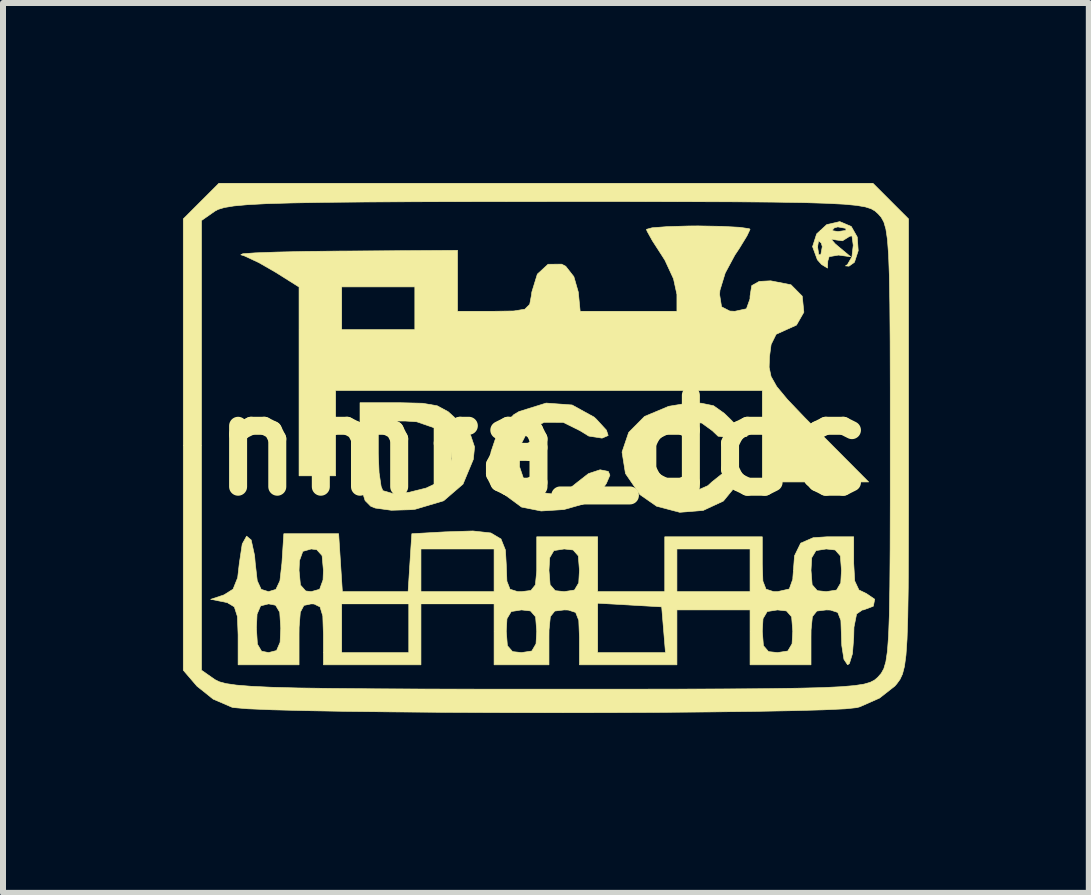
<source format=kicad_pcb>
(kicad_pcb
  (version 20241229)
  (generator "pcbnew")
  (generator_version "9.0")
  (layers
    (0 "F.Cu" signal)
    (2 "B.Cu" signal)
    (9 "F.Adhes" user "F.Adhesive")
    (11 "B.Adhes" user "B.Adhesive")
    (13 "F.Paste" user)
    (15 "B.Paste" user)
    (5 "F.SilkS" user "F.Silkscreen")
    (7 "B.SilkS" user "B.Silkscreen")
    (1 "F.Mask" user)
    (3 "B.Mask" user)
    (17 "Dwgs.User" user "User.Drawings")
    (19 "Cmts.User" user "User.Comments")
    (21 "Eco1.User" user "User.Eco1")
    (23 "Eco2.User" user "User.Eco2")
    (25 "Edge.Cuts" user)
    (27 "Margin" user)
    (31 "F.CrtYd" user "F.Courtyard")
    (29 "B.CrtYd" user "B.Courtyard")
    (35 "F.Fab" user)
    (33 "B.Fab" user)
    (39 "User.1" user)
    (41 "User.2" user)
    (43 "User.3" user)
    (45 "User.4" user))
  (footprint "nmra_dcc"
    (layer "F.Cu")
    (at 5.999 4.374)
    (property "Reference" "nmra_dcc" (at 0 0 0) (layer "F.SilkS") (effects (font (size 1.524 1.524) (thickness 0.3))))
    (attr through_hole)
    (fp_poly (pts (xy 2.845 -0.661) (xy 3.025 -0.533) (xy 3.117 -0.444) (xy 3.404 -0.152) (xy 3.159 -0.118) (xy 2.921 -0.153) (xy 2.824 -0.245) (xy 2.649 -0.372) (xy 2.372 -0.4) (xy 2.071 -0.324) (xy 2.025 -0.301) (xy 1.892 -0.131) (xy 1.828 0.147) (xy 1.84 0.443) (xy 1.934 0.672) (xy 1.951 0.691) (xy 2.185 0.8) (xy 2.484 0.79) (xy 2.751 0.672) (xy 2.818 0.61) (xy 3.014 0.454) (xy 3.17 0.406) (xy 3.288 0.435) (xy 3.277 0.557) (xy 3.238 0.649) (xy 3.01 0.928) (xy 2.672 1.085) (xy 2.282 1.116) (xy 1.897 1.015) (xy 1.618 0.821) (xy 1.377 0.469) (xy 1.32 0.112) (xy 1.431 -0.216) (xy 1.695 -0.482) (xy 2.097 -0.651) (xy 2.31 -0.686) (xy 2.635 -0.704) (xy 2.845 -0.661)) (stroke (width 0.01) (type solid)) (fill yes) (layer "F.SilkS"))
    (fp_poly (pts (xy -2.005 -0.702) (xy -1.761 -0.66) (xy -1.579 -0.562) (xy -1.403 -0.402) (xy -1.205 -0.172) (xy -1.138 0.027) (xy -1.159 0.233) (xy -1.331 0.646) (xy -1.654 0.924) (xy -2.128 1.065) (xy -2.189 1.072) (xy -2.525 1.082) (xy -2.794 1.045) (xy -2.87 1.014) (xy -2.963 0.92) (xy -3.017 0.749) (xy -3.043 0.456) (xy -3.048 0.097) (xy -3.048 -0.406) (xy -2.743 -0.406) (xy -2.743 0.135) (xy -2.73 0.454) (xy -2.696 0.685) (xy -2.667 0.755) (xy -2.501 0.803) (xy -2.232 0.783) (xy -1.944 0.711) (xy -1.717 0.604) (xy -1.655 0.546) (xy -1.514 0.227) (xy -1.556 -0.057) (xy -1.759 -0.274) (xy -2.102 -0.393) (xy -2.293 -0.406) (xy -2.743 -0.406) (xy -3.048 -0.406) (xy -3.048 -0.711) (xy -2.38 -0.711) (xy -2.005 -0.702)) (stroke (width 0.01) (type solid)) (fill yes) (layer "F.SilkS"))
    (fp_poly (pts (xy 0.488 -0.673) (xy 0.855 -0.471) (xy 0.894 -0.434) (xy 1.06 -0.253) (xy 1.089 -0.164) (xy 0.991 -0.122) (xy 0.983 -0.121) (xy 0.765 -0.155) (xy 0.619 -0.245) (xy 0.34 -0.383) (xy 0.021 -0.384) (xy -0.245 -0.249) (xy -0.247 -0.247) (xy -0.382 0.017) (xy -0.389 0.355) (xy -0.301 0.616) (xy -0.117 0.772) (xy 0.153 0.81) (xy 0.43 0.731) (xy 0.582 0.61) (xy 0.76 0.471) (xy 0.954 0.407) (xy 1.091 0.434) (xy 1.118 0.497) (xy 1.059 0.635) (xy 0.936 0.812) (xy 0.701 0.971) (xy 0.351 1.07) (xy -0.028 1.094) (xy -0.354 1.029) (xy -0.359 1.026) (xy -0.67 0.797) (xy -0.84 0.475) (xy -0.866 0.114) (xy -0.749 -0.233) (xy -0.486 -0.511) (xy -0.397 -0.564) (xy 0.055 -0.705) (xy 0.488 -0.673)) (stroke (width 0.01) (type solid)) (fill yes) (layer "F.SilkS"))
    (fp_poly (pts (xy 5.141 -3.649) (xy 5.241 -3.473) (xy 5.257 -3.245) (xy 5.194 -3.052) (xy 5.103 -2.987) (xy 5.044 -2.992) (xy 5.077 -3.013) (xy 5.152 -3.142) (xy 5.174 -3.336) (xy 5.153 -3.492) (xy 5.116 -3.486) (xy 4.995 -3.41) (xy 4.896 -3.423) (xy 4.804 -3.439) (xy 4.873 -3.36) (xy 4.928 -3.313) (xy 5.131 -3.144) (xy 4.928 -3.172) (xy 4.772 -3.145) (xy 4.75 -3.073) (xy 4.745 -2.955) (xy 4.645 -3.016) (xy 4.576 -3.094) (xy 4.497 -3.31) (xy 4.58 -3.31) (xy 4.599 -3.179) (xy 4.633 -3.177) (xy 4.658 -3.313) (xy 4.641 -3.372) (xy 4.596 -3.41) (xy 4.58 -3.31) (xy 4.497 -3.31) (xy 4.496 -3.313) (xy 4.564 -3.525) (xy 4.624 -3.58) (xy 4.819 -3.58) (xy 4.919 -3.564) (xy 5.051 -3.583) (xy 5.052 -3.617) (xy 4.917 -3.642) (xy 4.858 -3.625) (xy 4.819 -3.58) (xy 4.624 -3.58) (xy 4.732 -3.68) (xy 4.95 -3.73) (xy 5.141 -3.649)) (stroke (width 0.01) (type solid)) (fill yes) (layer "F.SilkS"))
    (fp_poly (pts (xy 2.981 -3.651) (xy 3.28 -3.635) (xy 3.44 -3.612) (xy 3.454 -3.601) (xy 3.402 -3.491) (xy 3.271 -3.277) (xy 3.2 -3.171) (xy 3.04 -2.873) (xy 2.952 -2.586) (xy 2.946 -2.516) (xy 2.979 -2.31) (xy 3.116 -2.239) (xy 3.2 -2.235) (xy 3.394 -2.277) (xy 3.453 -2.442) (xy 3.454 -2.489) (xy 3.482 -2.663) (xy 3.606 -2.733) (xy 3.798 -2.743) (xy 4.136 -2.677) (xy 4.324 -2.487) (xy 4.351 -2.22) (xy 4.228 -2.005) (xy 4.064 -1.931) (xy 3.889 -1.852) (xy 3.805 -1.682) (xy 3.778 -1.478) (xy 3.772 -1.302) (xy 3.804 -1.148) (xy 3.898 -0.981) (xy 4.077 -0.765) (xy 4.364 -0.464) (xy 4.588 -0.238) (xy 5.431 0.61) (xy 3.658 0.61) (xy 3.658 -0.914) (xy -3.454 -0.914) (xy -3.454 0.508) (xy -4.064 0.508) (xy -4.064 -2.639) (xy -4.068 -2.642) (xy -3.353 -2.642) (xy -3.353 -1.93) (xy -2.134 -1.93) (xy -2.134 -2.642) (xy -3.353 -2.642) (xy -4.068 -2.642) (xy -4.451 -2.883) (xy -4.734 -3.046) (xy -4.977 -3.159) (xy -5.035 -3.177) (xy -5.002 -3.194) (xy -4.793 -3.209) (xy -4.435 -3.222) (xy -3.956 -3.233) (xy -3.382 -3.239) (xy -3.327 -3.239) (xy -1.422 -3.251) (xy -1.422 -2.235) (xy -0.819 -2.235) (xy -0.484 -2.24) (xy -0.3 -2.27) (xy -0.219 -2.351) (xy -0.189 -2.509) (xy -0.184 -2.555) (xy -0.092 -2.854) (xy 0.087 -3.019) (xy 0.313 -3.021) (xy 0.381 -2.986) (xy 0.517 -2.812) (xy 0.591 -2.555) (xy 0.622 -2.235) (xy 2.235 -2.235) (xy 2.235 -2.516) (xy 2.178 -2.777) (xy 2.036 -3.084) (xy 1.981 -3.171) (xy 1.827 -3.409) (xy 1.737 -3.571) (xy 1.727 -3.601) (xy 1.821 -3.627) (xy 2.071 -3.646) (xy 2.432 -3.657) (xy 2.591 -3.658) (xy 2.981 -3.651)) (stroke (width 0.01) (type solid)) (fill yes) (layer "F.SilkS"))
    (fp_poly (pts (xy 5.799 -4.072) (xy 6.096 -3.775) (xy 6.096 -0.013) (xy 6.096 0.959) (xy 6.094 1.749) (xy 6.091 2.377) (xy 6.083 2.864) (xy 6.071 3.231) (xy 6.053 3.497) (xy 6.028 3.684) (xy 5.995 3.812) (xy 5.953 3.902) (xy 5.9 3.975) (xy 5.867 4.013) (xy 5.612 4.213) (xy 5.284 4.358) (xy 5.232 4.372) (xy 5.043 4.392) (xy 4.675 4.409) (xy 4.155 4.423) (xy 3.506 4.435) (xy 2.755 4.444) (xy 1.925 4.451) (xy 1.043 4.455) (xy 0.133 4.456) (xy -0.781 4.454) (xy -1.672 4.45) (xy -2.516 4.443) (xy -3.287 4.434) (xy -3.962 4.422) (xy -4.514 4.408) (xy -4.92 4.391) (xy -5.153 4.371) (xy -5.18 4.366) (xy -5.496 4.23) (xy -5.762 4.017) (xy -5.764 4.016) (xy -5.994 3.748) (xy -5.994 -3.748) (xy -5.69 -3.748) (xy -5.69 0) (xy -5.69 3.748) (xy -5.464 3.906) (xy -5.393 3.941) (xy -5.281 3.971) (xy -5.109 3.996) (xy -4.863 4.016) (xy -4.525 4.032) (xy -4.08 4.044) (xy -3.509 4.052) (xy -2.799 4.058) (xy -1.93 4.062) (xy -0.888 4.064) (xy 0.073 4.064) (xy 1.248 4.064) (xy 2.236 4.063) (xy 3.055 4.06) (xy 3.721 4.056) (xy 4.252 4.048) (xy 4.663 4.038) (xy 4.973 4.023) (xy 5.197 4.004) (xy 5.353 3.98) (xy 5.457 3.95) (xy 5.527 3.914) (xy 5.579 3.87) (xy 5.588 3.861) (xy 5.641 3.8) (xy 5.684 3.722) (xy 5.718 3.606) (xy 5.744 3.431) (xy 5.763 3.176) (xy 5.776 2.821) (xy 5.784 2.346) (xy 5.789 1.729) (xy 5.791 0.95) (xy 5.791 0) (xy 5.791 -0.96) (xy 5.789 -1.737) (xy 5.784 -2.352) (xy 5.776 -2.826) (xy 5.763 -3.179) (xy 5.744 -3.433) (xy 5.718 -3.607) (xy 5.684 -3.723) (xy 5.641 -3.801) (xy 5.588 -3.861) (xy 5.538 -3.906) (xy 5.473 -3.944) (xy 5.376 -3.975) (xy 5.232 -4) (xy 5.022 -4.02) (xy 4.731 -4.035) (xy 4.34 -4.047) (xy 3.834 -4.055) (xy 3.195 -4.06) (xy 2.407 -4.062) (xy 1.453 -4.064) (xy 0.316 -4.064) (xy 0.073 -4.064) (xy -1.118 -4.063) (xy -2.123 -4.061) (xy -2.957 -4.057) (xy -3.638 -4.051) (xy -4.181 -4.041) (xy -4.603 -4.029) (xy -4.921 -4.012) (xy -5.15 -3.991) (xy -5.308 -3.965) (xy -5.411 -3.934) (xy -5.464 -3.906) (xy -5.69 -3.748) (xy -5.994 -3.748) (xy -5.994 -3.775) (xy -5.697 -4.072) (xy -5.4 -4.369) (xy 5.502 -4.369) (xy 5.799 -4.072)) (stroke (width 0.01) (type solid)) (fill yes) (layer "F.SilkS"))
    (fp_poly (pts (xy -0.867 1.46) (xy -0.698 1.56) (xy -0.624 1.744) (xy -0.61 1.983) (xy -0.599 2.265) (xy -0.547 2.398) (xy -0.423 2.437) (xy -0.356 2.438) (xy -0.199 2.419) (xy -0.125 2.326) (xy -0.103 2.105) (xy -0.102 2.083) (xy 0.102 2.083) (xy 0.121 2.323) (xy 0.206 2.422) (xy 0.356 2.438) (xy 0.527 2.412) (xy 0.598 2.292) (xy 0.61 2.083) (xy 0.591 1.842) (xy 0.505 1.744) (xy 0.356 1.727) (xy 0.184 1.754) (xy 0.114 1.873) (xy 0.102 2.083) (xy -0.102 2.083) (xy -0.102 1.981) (xy -0.102 1.524) (xy 0.914 1.524) (xy 0.914 2.438) (xy 2.032 2.438) (xy 2.032 1.727) (xy 2.235 1.727) (xy 2.235 2.438) (xy 3.454 2.438) (xy 3.454 1.727) (xy 2.235 1.727) (xy 2.032 1.727) (xy 2.032 1.524) (xy 3.658 1.524) (xy 3.658 1.981) (xy 3.668 2.263) (xy 3.72 2.397) (xy 3.843 2.437) (xy 3.912 2.438) (xy 4.108 2.394) (xy 4.167 2.229) (xy 4.167 2.21) (xy 4.177 2.083) (xy 4.47 2.083) (xy 4.489 2.323) (xy 4.575 2.422) (xy 4.724 2.438) (xy 4.896 2.412) (xy 4.966 2.292) (xy 4.978 2.083) (xy 4.959 1.842) (xy 4.874 1.744) (xy 4.724 1.727) (xy 4.553 1.754) (xy 4.482 1.873) (xy 4.47 2.083) (xy 4.177 2.083) (xy 4.195 1.841) (xy 4.298 1.63) (xy 4.507 1.539) (xy 4.736 1.524) (xy 5.182 1.524) (xy 5.182 1.969) (xy 5.199 2.261) (xy 5.269 2.41) (xy 5.395 2.471) (xy 5.532 2.565) (xy 5.509 2.681) (xy 5.345 2.743) (xy 5.328 2.743) (xy 5.23 2.81) (xy 5.186 3.032) (xy 5.182 3.2) (xy 5.161 3.473) (xy 5.11 3.637) (xy 5.08 3.658) (xy 5.019 3.567) (xy 4.983 3.337) (xy 4.978 3.2) (xy 4.968 2.918) (xy 4.916 2.785) (xy 4.793 2.745) (xy 4.724 2.743) (xy 4.568 2.762) (xy 4.493 2.855) (xy 4.471 3.077) (xy 4.47 3.2) (xy 4.47 3.658) (xy 3.454 3.658) (xy 3.454 3.099) (xy 3.658 3.099) (xy 3.677 3.339) (xy 3.762 3.438) (xy 3.912 3.454) (xy 4.083 3.428) (xy 4.154 3.308) (xy 4.166 3.099) (xy 4.147 2.858) (xy 4.061 2.76) (xy 3.912 2.743) (xy 3.74 2.77) (xy 3.67 2.889) (xy 3.658 3.099) (xy 3.454 3.099) (xy 3.454 2.743) (xy 2.235 2.743) (xy 2.235 3.658) (xy 0.61 3.658) (xy 0.61 3.454) (xy 0.914 3.454) (xy 2.044 3.454) (xy 1.981 2.692) (xy 0.914 2.631) (xy 0.914 3.454) (xy 0.61 3.454) (xy 0.61 3.2) (xy 0.599 2.918) (xy 0.547 2.785) (xy 0.424 2.745) (xy 0.356 2.743) (xy 0.199 2.762) (xy 0.125 2.855) (xy 0.103 3.077) (xy 0.102 3.2) (xy 0.102 3.658) (xy -0.813 3.658) (xy -0.813 3.099) (xy -0.61 3.099) (xy -0.591 3.339) (xy -0.505 3.438) (xy -0.356 3.454) (xy -0.184 3.428) (xy -0.114 3.308) (xy -0.102 3.099) (xy -0.121 2.858) (xy -0.206 2.76) (xy -0.356 2.743) (xy -0.527 2.77) (xy -0.598 2.889) (xy -0.61 3.099) (xy -0.813 3.099) (xy -0.813 2.642) (xy -2.032 2.642) (xy -2.032 3.658) (xy -3.658 3.658) (xy -3.658 3.15) (xy -3.668 2.845) (xy -3.714 2.693) (xy -3.814 2.644) (xy -3.861 2.642) (xy -3.353 2.642) (xy -3.353 3.454) (xy -2.235 3.454) (xy -2.235 2.642) (xy -3.353 2.642) (xy -3.861 2.642) (xy -3.983 2.668) (xy -4.043 2.782) (xy -4.063 3.032) (xy -4.064 3.15) (xy -4.064 3.658) (xy -5.08 3.658) (xy -5.08 3.157) (xy -5.084 3.048) (xy -4.775 3.048) (xy -4.758 3.314) (xy -4.689 3.431) (xy -4.572 3.454) (xy -4.439 3.42) (xy -4.38 3.283) (xy -4.369 3.048) (xy -4.386 2.782) (xy -4.455 2.665) (xy -4.572 2.642) (xy -4.705 2.676) (xy -4.764 2.813) (xy -4.775 3.048) (xy -5.084 3.048) (xy -5.092 2.851) (xy -5.143 2.692) (xy -5.257 2.623) (xy -5.309 2.611) (xy -5.537 2.566) (xy -5.314 2.492) (xy -5.164 2.397) (xy -5.087 2.205) (xy -5.06 1.969) (xy -5.011 1.644) (xy -4.938 1.513) (xy -4.862 1.577) (xy -4.805 1.837) (xy -4.795 1.956) (xy -4.761 2.256) (xy -4.695 2.4) (xy -4.574 2.438) (xy -4.572 2.438) (xy -4.45 2.401) (xy -4.383 2.258) (xy -4.363 2.083) (xy -4.064 2.083) (xy -4.041 2.328) (xy -3.953 2.427) (xy -3.861 2.438) (xy -3.721 2.399) (xy -3.664 2.243) (xy -3.658 2.083) (xy -3.68 1.838) (xy -3.769 1.739) (xy -3.861 1.727) (xy -4.001 1.767) (xy -4.057 1.922) (xy -4.064 2.083) (xy -4.363 2.083) (xy -4.349 1.96) (xy -4.349 1.956) (xy -4.318 1.473) (xy -3.404 1.473) (xy -3.373 1.956) (xy -3.342 2.438) (xy -2.246 2.438) (xy -2.201 1.727) (xy -2.032 1.727) (xy -2.032 2.438) (xy -0.813 2.438) (xy -0.813 1.727) (xy -2.032 1.727) (xy -2.201 1.727) (xy -2.184 1.473) (xy -1.631 1.442) (xy -1.166 1.427) (xy -0.867 1.46)) (stroke (width 0.01) (type solid)) (fill yes) (layer "F.SilkS")))
  (gr_rect
    (start -3 -3)
    (end 15.1 11.834)
    (stroke (width 0.1) (type default))
    (fill no)
    (layer "Edge.Cuts")))
</source>
